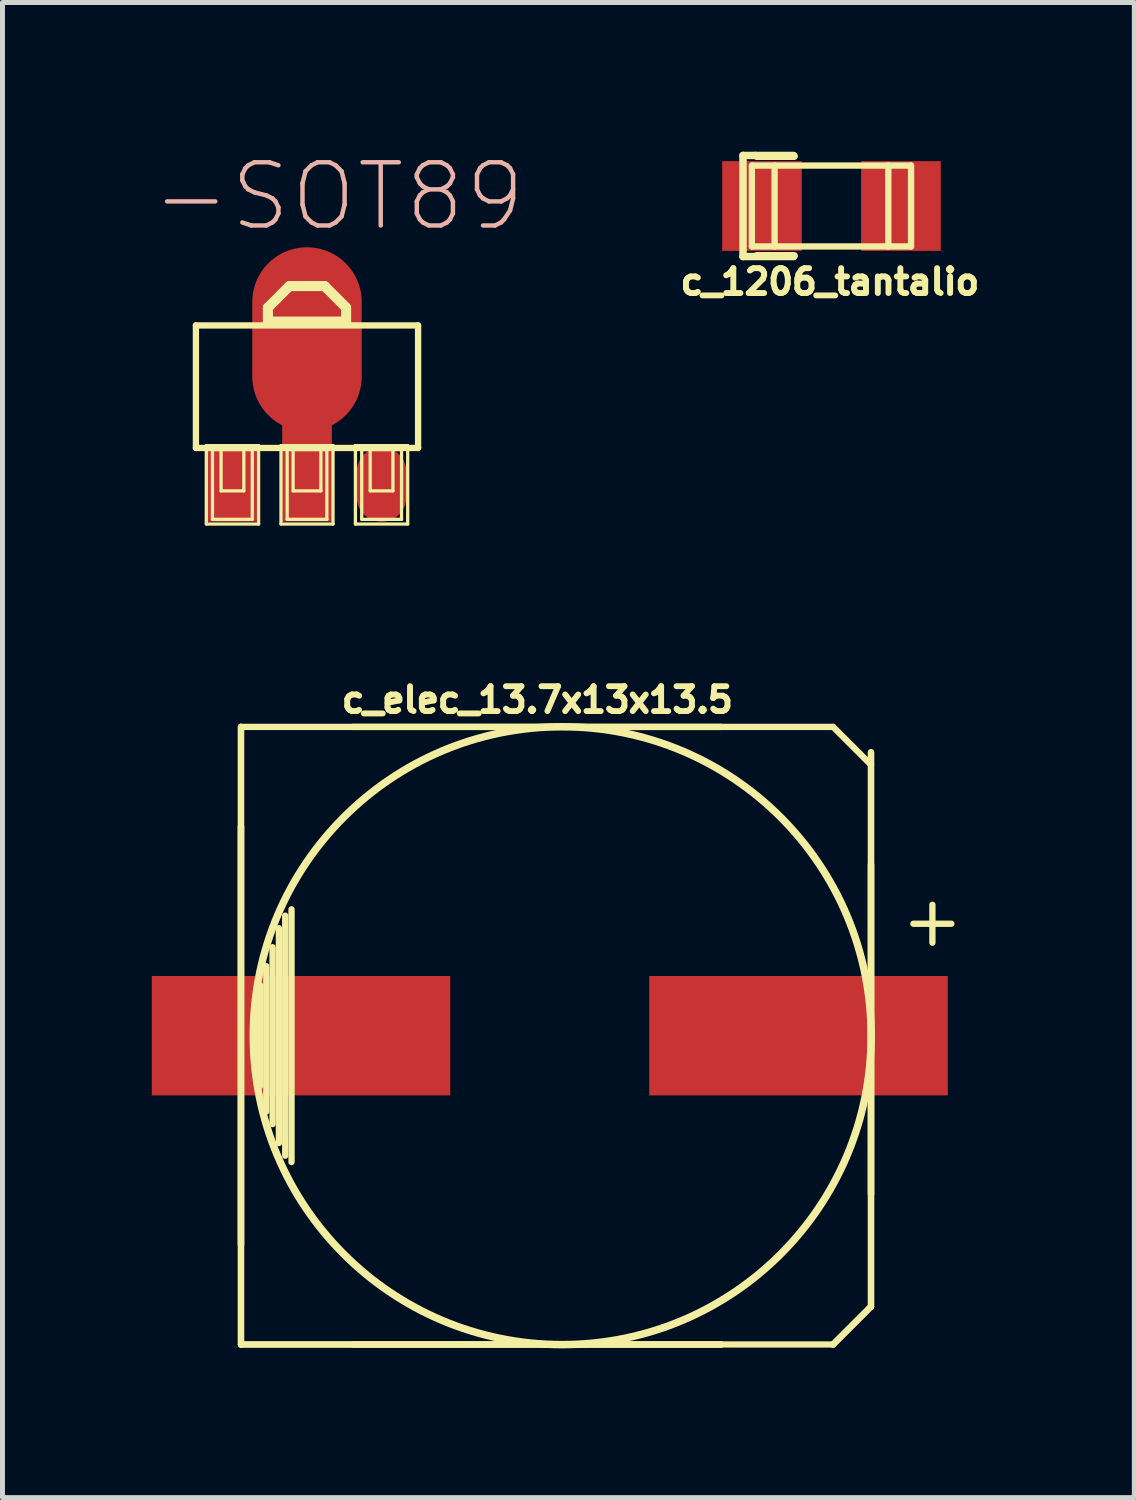
<source format=kicad_pcb>
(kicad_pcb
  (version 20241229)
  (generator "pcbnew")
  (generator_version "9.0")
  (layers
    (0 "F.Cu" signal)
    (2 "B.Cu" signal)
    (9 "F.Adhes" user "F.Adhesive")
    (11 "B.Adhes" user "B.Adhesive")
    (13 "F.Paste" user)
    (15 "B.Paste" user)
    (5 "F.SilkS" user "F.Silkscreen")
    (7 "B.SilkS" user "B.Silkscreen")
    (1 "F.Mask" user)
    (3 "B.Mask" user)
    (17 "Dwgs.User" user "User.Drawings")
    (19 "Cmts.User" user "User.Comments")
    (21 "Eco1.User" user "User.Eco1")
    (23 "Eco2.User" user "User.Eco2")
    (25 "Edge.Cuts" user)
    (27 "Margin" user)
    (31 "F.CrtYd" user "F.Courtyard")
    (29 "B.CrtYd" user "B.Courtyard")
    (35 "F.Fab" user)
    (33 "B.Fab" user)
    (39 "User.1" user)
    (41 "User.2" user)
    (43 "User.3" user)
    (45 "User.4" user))
  (footprint "-SOT89"
    (layer "F.Cu")
    (at 3.121 4.709)
    (property "Reference" "-SOT89" (at 0.635 -3.81 0) (layer "B.SilkS") (effects (font (size 1.27 1.27) (thickness 0.089))))
    (attr smd)
    (fp_line (start -2.233 -1.217) (end 2.233 -1.217) (stroke (width 0.127) (type solid)) (layer "F.SilkS"))
    (fp_line (start -2.233 1.245) (end -2.233 -1.217) (stroke (width 0.127) (type solid)) (layer "F.SilkS"))
    (fp_line (start -2.024 1.199) (end -0.973 1.199) (stroke (width 0.066) (type solid)) (layer "F.SilkS"))
    (fp_line (start -2.024 2.774) (end -2.024 1.199) (stroke (width 0.066) (type solid)) (layer "F.SilkS"))
    (fp_line (start -2.024 2.774) (end -0.973 2.774) (stroke (width 0.066) (type solid)) (layer "F.SilkS"))
    (fp_line (start -1.9 1.278) (end -1.1 1.278) (stroke (width 0.066) (type solid)) (layer "F.SilkS"))
    (fp_line (start -1.9 2.68) (end -1.9 1.278) (stroke (width 0.066) (type solid)) (layer "F.SilkS"))
    (fp_line (start -1.9 2.68) (end -1.1 2.68) (stroke (width 0.066) (type solid)) (layer "F.SilkS"))
    (fp_line (start -1.727 1.27) (end -1.27 1.27) (stroke (width 0.066) (type solid)) (layer "F.SilkS"))
    (fp_line (start -1.727 2.108) (end -1.727 1.27) (stroke (width 0.066) (type solid)) (layer "F.SilkS"))
    (fp_line (start -1.727 2.108) (end -1.27 2.108) (stroke (width 0.066) (type solid)) (layer "F.SilkS"))
    (fp_line (start -1.27 2.108) (end -1.27 1.27) (stroke (width 0.066) (type solid)) (layer "F.SilkS"))
    (fp_line (start -1.1 2.68) (end -1.1 1.278) (stroke (width 0.066) (type solid)) (layer "F.SilkS"))
    (fp_line (start -0.973 2.774) (end -0.973 1.199) (stroke (width 0.066) (type solid)) (layer "F.SilkS"))
    (fp_line (start -0.787 -1.575) (end -0.356 -2.007) (stroke (width 0.198) (type solid)) (layer "F.SilkS"))
    (fp_line (start -0.787 -1.575) (end -0.356 -2.007) (stroke (width 0.198) (type solid)) (layer "F.SilkS"))
    (fp_line (start -0.787 -1.321) (end -0.787 -1.575) (stroke (width 0.198) (type solid)) (layer "F.SilkS"))
    (fp_line (start -0.787 -1.293) (end -0.787 -1.575) (stroke (width 0.198) (type solid)) (layer "F.SilkS"))
    (fp_line (start -0.787 -1.293) (end -0.787 -1.321) (stroke (width 0.198) (type solid)) (layer "F.SilkS"))
    (fp_line (start -0.523 1.199) (end 0.523 1.199) (stroke (width 0.066) (type solid)) (layer "F.SilkS"))
    (fp_line (start -0.523 2.774) (end -0.523 1.199) (stroke (width 0.066) (type solid)) (layer "F.SilkS"))
    (fp_line (start -0.523 2.774) (end 0.523 2.774) (stroke (width 0.066) (type solid)) (layer "F.SilkS"))
    (fp_line (start -0.399 1.278) (end 0.399 1.278) (stroke (width 0.066) (type solid)) (layer "F.SilkS"))
    (fp_line (start -0.399 2.68) (end -0.399 1.278) (stroke (width 0.066) (type solid)) (layer "F.SilkS"))
    (fp_line (start -0.399 2.68) (end 0.399 2.68) (stroke (width 0.066) (type solid)) (layer "F.SilkS"))
    (fp_line (start -0.356 -2.007) (end 0.305 -2.007) (stroke (width 0.198) (type solid)) (layer "F.SilkS"))
    (fp_line (start -0.356 -2.007) (end 0.356 -2.007) (stroke (width 0.198) (type solid)) (layer "F.SilkS"))
    (fp_line (start -0.279 1.27) (end 0.279 1.27) (stroke (width 0.066) (type solid)) (layer "F.SilkS"))
    (fp_line (start -0.279 2.108) (end -0.279 1.27) (stroke (width 0.066) (type solid)) (layer "F.SilkS"))
    (fp_line (start -0.279 2.108) (end 0.279 2.108) (stroke (width 0.066) (type solid)) (layer "F.SilkS"))
    (fp_line (start 0.279 2.108) (end 0.279 1.27) (stroke (width 0.066) (type solid)) (layer "F.SilkS"))
    (fp_line (start 0.305 -2.007) (end 0.356 -2.007) (stroke (width 0.198) (type solid)) (layer "F.SilkS"))
    (fp_line (start 0.356 -2.007) (end 0.787 -1.575) (stroke (width 0.198) (type solid)) (layer "F.SilkS"))
    (fp_line (start 0.356 -2.007) (end 0.787 -1.575) (stroke (width 0.198) (type solid)) (layer "F.SilkS"))
    (fp_line (start 0.399 2.68) (end 0.399 1.278) (stroke (width 0.066) (type solid)) (layer "F.SilkS"))
    (fp_line (start 0.523 2.774) (end 0.523 1.199) (stroke (width 0.066) (type solid)) (layer "F.SilkS"))
    (fp_line (start 0.787 -1.575) (end 0.787 -1.293) (stroke (width 0.198) (type solid)) (layer "F.SilkS"))
    (fp_line (start 0.787 -1.575) (end 0.787 -1.293) (stroke (width 0.198) (type solid)) (layer "F.SilkS"))
    (fp_line (start 0.787 -1.293) (end -0.787 -1.293) (stroke (width 0.198) (type solid)) (layer "F.SilkS"))
    (fp_line (start 0.787 -1.293) (end -0.787 -1.293) (stroke (width 0.198) (type solid)) (layer "F.SilkS"))
    (fp_line (start 0.973 1.199) (end 2.024 1.199) (stroke (width 0.066) (type solid)) (layer "F.SilkS"))
    (fp_line (start 0.973 2.774) (end 0.973 1.199) (stroke (width 0.066) (type solid)) (layer "F.SilkS"))
    (fp_line (start 0.973 2.774) (end 2.024 2.774) (stroke (width 0.066) (type solid)) (layer "F.SilkS"))
    (fp_line (start 1.1 1.278) (end 1.9 1.278) (stroke (width 0.066) (type solid)) (layer "F.SilkS"))
    (fp_line (start 1.1 2.68) (end 1.1 1.278) (stroke (width 0.066) (type solid)) (layer "F.SilkS"))
    (fp_line (start 1.1 2.68) (end 1.9 2.68) (stroke (width 0.066) (type solid)) (layer "F.SilkS"))
    (fp_line (start 1.27 1.27) (end 1.727 1.27) (stroke (width 0.066) (type solid)) (layer "F.SilkS"))
    (fp_line (start 1.27 2.108) (end 1.27 1.27) (stroke (width 0.066) (type solid)) (layer "F.SilkS"))
    (fp_line (start 1.27 2.108) (end 1.727 2.108) (stroke (width 0.066) (type solid)) (layer "F.SilkS"))
    (fp_line (start 1.727 2.108) (end 1.727 1.27) (stroke (width 0.066) (type solid)) (layer "F.SilkS"))
    (fp_line (start 1.9 2.68) (end 1.9 1.278) (stroke (width 0.066) (type solid)) (layer "F.SilkS"))
    (fp_line (start 2.024 2.774) (end 2.024 1.199) (stroke (width 0.066) (type solid)) (layer "F.SilkS"))
    (fp_line (start 2.233 -1.217) (end 2.233 1.245) (stroke (width 0.127) (type solid)) (layer "F.SilkS"))
    (fp_line (start 2.233 1.245) (end -2.233 1.245) (stroke (width 0.127) (type solid)) (layer "F.SilkS"))
    (pad "1" smd rect (at -1.499 1.979) (size 0.998 1.499) (layers "F.Cu" "F.Mask" "F.Paste"))
    (pad "2" smd rect (at 0 1.725) (size 0.998 1.999) (layers "F.Cu" "F.Mask" "F.Paste"))
    (pad "2@1" smd oval (at 0 -0.94) (size 2.2 3.698) (layers "F.Cu" "F.Mask" "F.Paste"))
    (pad "3" smd oval (at 1.499 1.979) (size 0.998 1.499) (layers "F.Cu" "F.Mask" "F.Paste")))
  (footprint "c_elec_13.7x13x13.5"
    (layer "F.Cu")
    (at 7.001 17.768)
    (property "Reference" "c_elec_13.7x13x13.5" (at 0.75 -6.75 0) (layer "F.SilkS") (effects (font (size 0.5 0.5) (thickness 0.119))))
    (attr through_hole)
    (fp_line (start -5.207 -6.207) (end -5.207 4.207) (stroke (width 0.127) (type solid)) (layer "F.SilkS"))
    (fp_line (start -5.207 -6.207) (end -5.207 4.207) (stroke (width 0.127) (type solid)) (layer "F.SilkS"))
    (fp_line (start -5.207 -4.207) (end -5.207 6.207) (stroke (width 0.127) (type solid)) (layer "F.SilkS"))
    (fp_line (start -5.207 -4.207) (end -5.207 6.207) (stroke (width 0.127) (type solid)) (layer "F.SilkS"))
    (fp_line (start -5.207 6.207) (end 4.445 6.207) (stroke (width 0.127) (type solid)) (layer "F.SilkS"))
    (fp_line (start -5.207 6.207) (end 4.445 6.207) (stroke (width 0.127) (type solid)) (layer "F.SilkS"))
    (fp_line (start -4.826 1.016) (end -4.826 -1.016) (stroke (width 0.127) (type solid)) (layer "F.SilkS"))
    (fp_line (start -4.699 -1.397) (end -4.699 1.524) (stroke (width 0.127) (type solid)) (layer "F.SilkS"))
    (fp_line (start -4.572 1.778) (end -4.572 -1.778) (stroke (width 0.127) (type solid)) (layer "F.SilkS"))
    (fp_line (start -4.445 -2.159) (end -4.445 2.159) (stroke (width 0.127) (type solid)) (layer "F.SilkS"))
    (fp_line (start -4.318 2.413) (end -4.318 -2.413) (stroke (width 0.127) (type solid)) (layer "F.SilkS"))
    (fp_line (start -4.191 -2.54) (end -4.191 2.54) (stroke (width 0.127) (type solid)) (layer "F.SilkS"))
    (fp_line (start -2.957 6.207) (end 6.695 6.207) (stroke (width 0.127) (type solid)) (layer "F.SilkS"))
    (fp_line (start 4.445 -6.207) (end -5.207 -6.207) (stroke (width 0.127) (type solid)) (layer "F.SilkS"))
    (fp_line (start 6.695 -6.207) (end -2.957 -6.207) (stroke (width 0.127) (type solid)) (layer "F.SilkS"))
    (fp_line (start 6.695 6.207) (end 7.457 5.445) (stroke (width 0.127) (type solid)) (layer "F.SilkS"))
    (fp_line (start 6.695 6.207) (end 7.457 5.445) (stroke (width 0.127) (type solid)) (layer "F.SilkS"))
    (fp_line (start 7.457 -5.445) (end 6.695 -6.207) (stroke (width 0.127) (type solid)) (layer "F.SilkS"))
    (fp_line (start 7.457 3.195) (end 7.457 -5.695) (stroke (width 0.127) (type solid)) (layer "F.SilkS"))
    (fp_line (start 7.457 3.195) (end 7.457 -5.695) (stroke (width 0.127) (type solid)) (layer "F.SilkS"))
    (fp_line (start 7.457 5.445) (end 7.457 -3.445) (stroke (width 0.127) (type solid)) (layer "F.SilkS"))
    (fp_line (start 7.457 5.445) (end 7.457 -3.445) (stroke (width 0.127) (type solid)) (layer "F.SilkS"))
    (fp_line (start 8.691 -2.631) (end 8.691 -1.869) (stroke (width 0.127) (type solid)) (layer "F.SilkS"))
    (fp_line (start 9.072 -2.25) (end 8.31 -2.25) (stroke (width 0.127) (type solid)) (layer "F.SilkS"))
    (fp_circle (center 1.25 0) (end 6 4) (stroke (width 0.15) (type solid)) (fill no) (layer "F.SilkS"))
    (pad "1" smd rect (at 6 0) (size 6 2.4) (layers "F.Cu" "F.Mask" "F.Paste"))
    (pad "2" smd rect (at -4 0) (size 6 2.4) (layers "F.Cu" "F.Mask" "F.Paste")))
  (footprint "c_1206_tantalio"
    (layer "F.Cu")
    (at 13.663 1.091)
    (property "Reference" "c_1206_tantalio" (at -0.032 1.524 0) (layer "F.SilkS") (effects (font (size 0.5 0.5) (thickness 0.119))))
    (attr through_hole)
    (fp_line (start -1.778 -1.016) (end -1.778 1.016) (stroke (width 0.15) (type solid)) (layer "F.SilkS"))
    (fp_line (start -1.778 1.016) (end -0.762 1.016) (stroke (width 0.15) (type solid)) (layer "F.SilkS"))
    (fp_line (start -1.6 -0.813) (end -1.6 0.813) (stroke (width 0.127) (type solid)) (layer "F.SilkS"))
    (fp_line (start -1.6 0.813) (end 1.6 0.813) (stroke (width 0.127) (type solid)) (layer "F.SilkS"))
    (fp_line (start -1.524 -1.016) (end -1.778 -1.016) (stroke (width 0.15) (type solid)) (layer "F.SilkS"))
    (fp_line (start -1.524 -1.016) (end -0.762 -1.016) (stroke (width 0.15) (type solid)) (layer "F.SilkS"))
    (fp_line (start -1.5 -1) (end -0.75 -1) (stroke (width 0.15) (type solid)) (layer "F.SilkS"))
    (fp_line (start -1.5 1) (end -0.75 1) (stroke (width 0.15) (type solid)) (layer "F.SilkS"))
    (fp_line (start -1.143 -0.813) (end -1.143 0.813) (stroke (width 0.127) (type solid)) (layer "F.SilkS"))
    (fp_line (start 1.143 0.813) (end 1.143 -0.813) (stroke (width 0.127) (type solid)) (layer "F.SilkS"))
    (fp_line (start 1.6 -0.813) (end -1.6 -0.813) (stroke (width 0.127) (type solid)) (layer "F.SilkS"))
    (fp_line (start 1.6 0.813) (end 1.6 -0.813) (stroke (width 0.127) (type solid)) (layer "F.SilkS"))
    (pad "1" smd rect (at 1.397 0) (size 1.6 1.803) (layers "F.Cu" "F.Mask" "F.Paste"))
    (pad "2" smd rect (at -1.397 0) (size 1.6 1.803) (layers "F.Cu" "F.Mask" "F.Paste")))
  (gr_rect
    (start -3 -3)
    (end 19.751 27.053)
    (stroke (width 0.1) (type default))
    (fill no)
    (layer "Edge.Cuts")))
</source>
